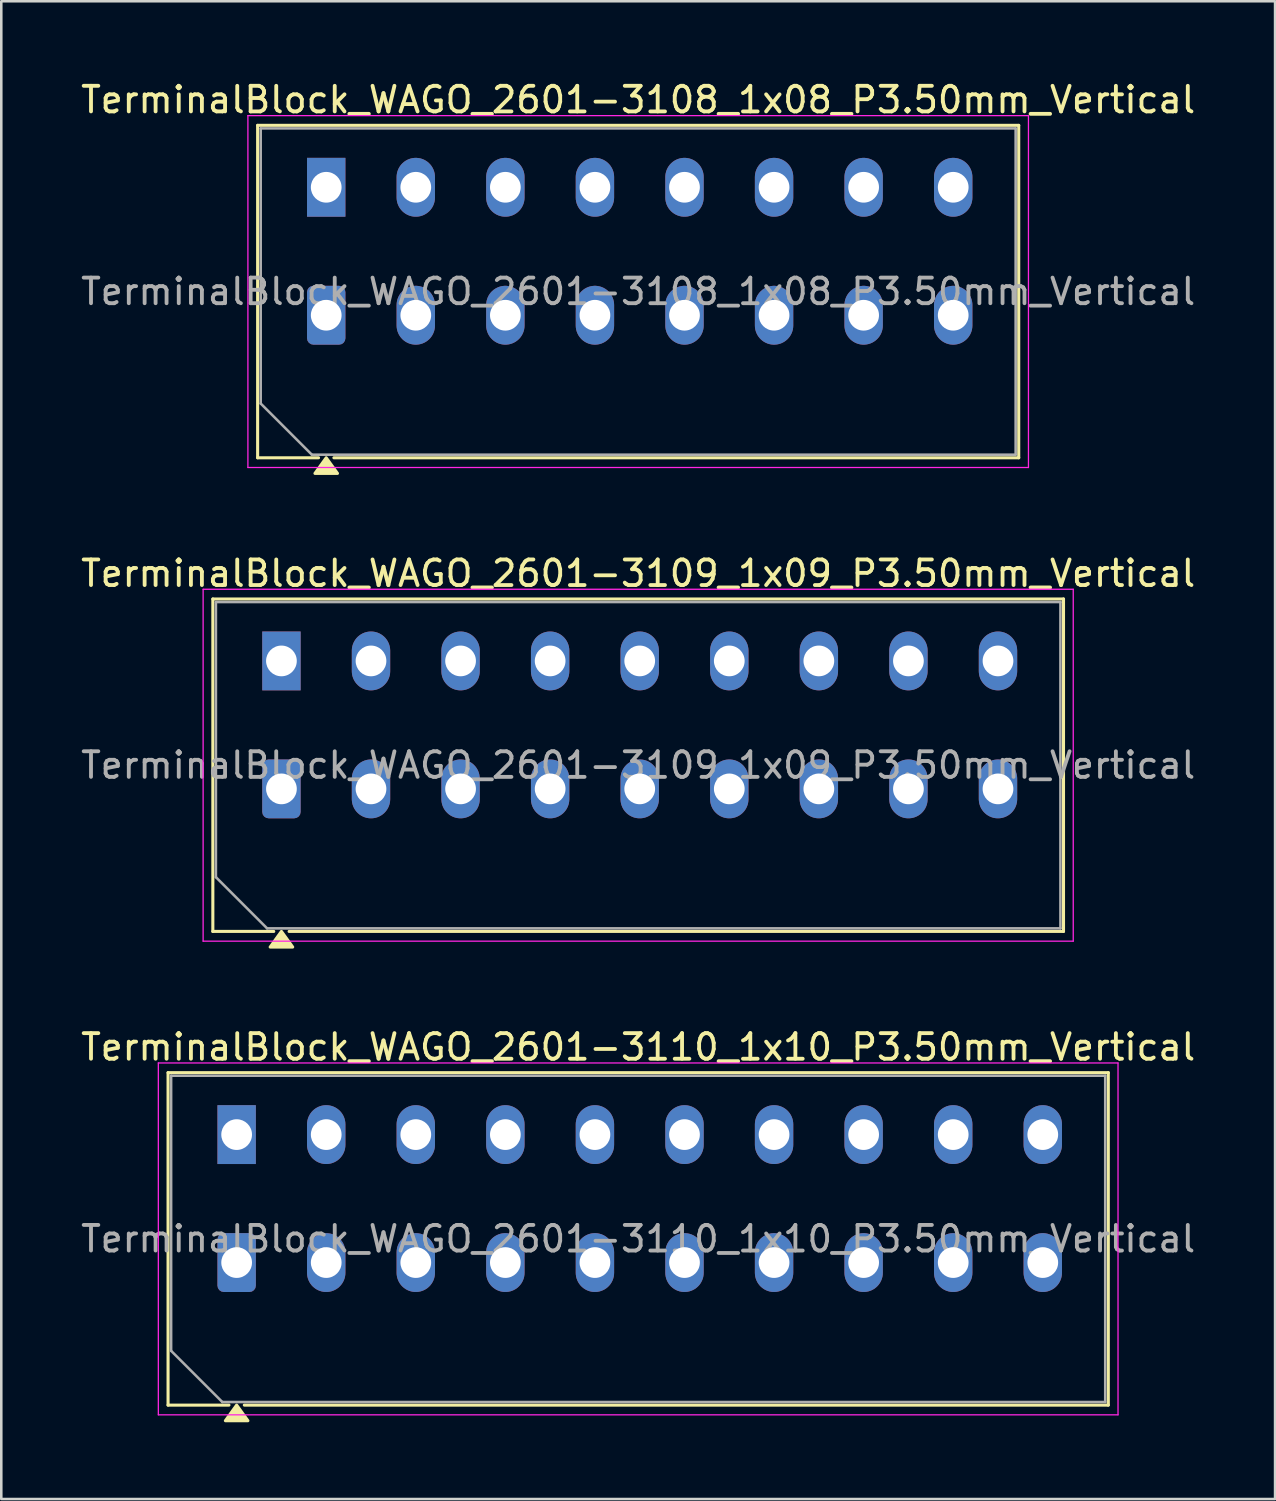
<source format=kicad_pcb>
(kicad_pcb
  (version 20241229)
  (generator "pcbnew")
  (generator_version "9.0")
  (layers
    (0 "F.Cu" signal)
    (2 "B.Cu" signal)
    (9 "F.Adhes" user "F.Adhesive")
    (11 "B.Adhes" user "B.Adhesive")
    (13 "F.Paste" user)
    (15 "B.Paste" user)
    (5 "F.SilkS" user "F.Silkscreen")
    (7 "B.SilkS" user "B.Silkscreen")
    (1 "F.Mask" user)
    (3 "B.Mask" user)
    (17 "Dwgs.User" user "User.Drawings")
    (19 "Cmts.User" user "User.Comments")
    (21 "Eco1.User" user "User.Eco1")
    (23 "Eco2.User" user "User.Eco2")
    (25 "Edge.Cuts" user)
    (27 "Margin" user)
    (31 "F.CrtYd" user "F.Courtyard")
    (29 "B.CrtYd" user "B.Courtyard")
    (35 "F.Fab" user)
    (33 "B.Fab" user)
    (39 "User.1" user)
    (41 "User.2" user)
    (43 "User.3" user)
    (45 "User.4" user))
  (footprint "TerminalBlock_WAGO_2601-3108_1x08_P3.50mm_Vertical"
    (layer "F.Cu")
    (at 9.697 9.268)
    (property "Reference" "TerminalBlock_WAGO_2601-3108_1x08_P3.50mm_Vertical" (at 12.19 -8.42 0) (layer "F.SilkS") (effects (font (size 1 1) (thickness 0.15))))
    (attr through_hole)
    (fp_line (start -2.68 -7.42) (end -2.68 5.57) (stroke (width 0.12) (type solid)) (layer "F.SilkS"))
    (fp_line (start -2.68 -7.42) (end 27.06 -7.42) (stroke (width 0.12) (type solid)) (layer "F.SilkS"))
    (fp_line (start -2.68 5.57) (end -0.3 5.57) (stroke (width 0.12) (type solid)) (layer "F.SilkS"))
    (fp_line (start 0.3 5.57) (end 27.06 5.57) (stroke (width 0.12) (type solid)) (layer "F.SilkS"))
    (fp_line (start 27.06 -7.42) (end 27.06 5.57) (stroke (width 0.12) (type solid)) (layer "F.SilkS"))
    (fp_poly (pts (xy 0 5.57) (xy 0.44 6.18) (xy -0.44 6.18)) (stroke (width 0.12) (type solid)) (fill yes) (layer "F.SilkS"))
    (fp_line (start -3.06 -7.8) (end -3.06 5.95) (stroke (width 0.05) (type solid)) (layer "F.CrtYd"))
    (fp_line (start -3.06 5.95) (end 27.44 5.95) (stroke (width 0.05) (type solid)) (layer "F.CrtYd"))
    (fp_line (start 27.44 -7.8) (end -3.06 -7.8) (stroke (width 0.05) (type solid)) (layer "F.CrtYd"))
    (fp_line (start 27.44 5.95) (end 27.44 -7.8) (stroke (width 0.05) (type solid)) (layer "F.CrtYd"))
    (fp_line (start -2.56 -7.3) (end 26.94 -7.3) (stroke (width 0.1) (type solid)) (layer "F.Fab"))
    (fp_line (start -2.56 3.45) (end -2.56 -7.3) (stroke (width 0.1) (type solid)) (layer "F.Fab"))
    (fp_line (start -0.56 5.45) (end -2.56 3.45) (stroke (width 0.1) (type solid)) (layer "F.Fab"))
    (fp_line (start 26.94 -7.3) (end 26.94 5.45) (stroke (width 0.1) (type solid)) (layer "F.Fab"))
    (fp_line (start 26.94 5.45) (end -0.56 5.45) (stroke (width 0.1) (type solid)) (layer "F.Fab"))
    (fp_text user "${REFERENCE}" (at 12.19 -0.925 0) (layer "F.Fab") (effects (font (size 1 1) (thickness 0.15))))
    (pad "1" thru_hole rect (at 0 -5) (size 1.5 2.3) (drill 1.2) (layers "*.Cu" "*.Mask"))
    (pad "1" thru_hole roundrect (at 0 0) (size 1.5 2.3) (drill 1.2) (layers "*.Cu" "*.Mask") (roundrect_rratio 0.167))
    (pad "2" thru_hole oval (at 3.5 -5) (size 1.5 2.3) (drill 1.2) (layers "*.Cu" "*.Mask"))
    (pad "2" thru_hole oval (at 3.5 0) (size 1.5 2.3) (drill 1.2) (layers "*.Cu" "*.Mask"))
    (pad "3" thru_hole oval (at 7 -5) (size 1.5 2.3) (drill 1.2) (layers "*.Cu" "*.Mask"))
    (pad "3" thru_hole oval (at 7 0) (size 1.5 2.3) (drill 1.2) (layers "*.Cu" "*.Mask"))
    (pad "4" thru_hole oval (at 10.5 -5) (size 1.5 2.3) (drill 1.2) (layers "*.Cu" "*.Mask"))
    (pad "4" thru_hole oval (at 10.5 0) (size 1.5 2.3) (drill 1.2) (layers "*.Cu" "*.Mask"))
    (pad "5" thru_hole oval (at 14 -5) (size 1.5 2.3) (drill 1.2) (layers "*.Cu" "*.Mask"))
    (pad "5" thru_hole oval (at 14 0) (size 1.5 2.3) (drill 1.2) (layers "*.Cu" "*.Mask"))
    (pad "6" thru_hole oval (at 17.5 -5) (size 1.5 2.3) (drill 1.2) (layers "*.Cu" "*.Mask"))
    (pad "6" thru_hole oval (at 17.5 0) (size 1.5 2.3) (drill 1.2) (layers "*.Cu" "*.Mask"))
    (pad "7" thru_hole oval (at 21 -5) (size 1.5 2.3) (drill 1.2) (layers "*.Cu" "*.Mask"))
    (pad "7" thru_hole oval (at 21 0) (size 1.5 2.3) (drill 1.2) (layers "*.Cu" "*.Mask"))
    (pad "8" thru_hole oval (at 24.5 -5) (size 1.5 2.3) (drill 1.2) (layers "*.Cu" "*.Mask"))
    (pad "8" thru_hole oval (at 24.5 0) (size 1.5 2.3) (drill 1.2) (layers "*.Cu" "*.Mask")))
  (footprint "TerminalBlock_WAGO_2601-3109_1x09_P3.50mm_Vertical"
    (layer "F.Cu")
    (at 7.947 27.776)
    (property "Reference" "TerminalBlock_WAGO_2601-3109_1x09_P3.50mm_Vertical" (at 13.94 -8.42 0) (layer "F.SilkS") (effects (font (size 1 1) (thickness 0.15))))
    (attr through_hole)
    (fp_line (start -2.68 -7.42) (end -2.68 5.57) (stroke (width 0.12) (type solid)) (layer "F.SilkS"))
    (fp_line (start -2.68 -7.42) (end 30.56 -7.42) (stroke (width 0.12) (type solid)) (layer "F.SilkS"))
    (fp_line (start -2.68 5.57) (end -0.3 5.57) (stroke (width 0.12) (type solid)) (layer "F.SilkS"))
    (fp_line (start 0.3 5.57) (end 30.56 5.57) (stroke (width 0.12) (type solid)) (layer "F.SilkS"))
    (fp_line (start 30.56 -7.42) (end 30.56 5.57) (stroke (width 0.12) (type solid)) (layer "F.SilkS"))
    (fp_poly (pts (xy 0 5.57) (xy 0.44 6.18) (xy -0.44 6.18)) (stroke (width 0.12) (type solid)) (fill yes) (layer "F.SilkS"))
    (fp_line (start -3.06 -7.8) (end -3.06 5.95) (stroke (width 0.05) (type solid)) (layer "F.CrtYd"))
    (fp_line (start -3.06 5.95) (end 30.94 5.95) (stroke (width 0.05) (type solid)) (layer "F.CrtYd"))
    (fp_line (start 30.94 -7.8) (end -3.06 -7.8) (stroke (width 0.05) (type solid)) (layer "F.CrtYd"))
    (fp_line (start 30.94 5.95) (end 30.94 -7.8) (stroke (width 0.05) (type solid)) (layer "F.CrtYd"))
    (fp_line (start -2.56 -7.3) (end 30.44 -7.3) (stroke (width 0.1) (type solid)) (layer "F.Fab"))
    (fp_line (start -2.56 3.45) (end -2.56 -7.3) (stroke (width 0.1) (type solid)) (layer "F.Fab"))
    (fp_line (start -0.56 5.45) (end -2.56 3.45) (stroke (width 0.1) (type solid)) (layer "F.Fab"))
    (fp_line (start 30.44 -7.3) (end 30.44 5.45) (stroke (width 0.1) (type solid)) (layer "F.Fab"))
    (fp_line (start 30.44 5.45) (end -0.56 5.45) (stroke (width 0.1) (type solid)) (layer "F.Fab"))
    (fp_text user "${REFERENCE}" (at 13.94 -0.925 0) (layer "F.Fab") (effects (font (size 1 1) (thickness 0.15))))
    (pad "1" thru_hole rect (at 0 -5) (size 1.5 2.3) (drill 1.2) (layers "*.Cu" "*.Mask"))
    (pad "1" thru_hole roundrect (at 0 0) (size 1.5 2.3) (drill 1.2) (layers "*.Cu" "*.Mask") (roundrect_rratio 0.167))
    (pad "2" thru_hole oval (at 3.5 -5) (size 1.5 2.3) (drill 1.2) (layers "*.Cu" "*.Mask"))
    (pad "2" thru_hole oval (at 3.5 0) (size 1.5 2.3) (drill 1.2) (layers "*.Cu" "*.Mask"))
    (pad "3" thru_hole oval (at 7 -5) (size 1.5 2.3) (drill 1.2) (layers "*.Cu" "*.Mask"))
    (pad "3" thru_hole oval (at 7 0) (size 1.5 2.3) (drill 1.2) (layers "*.Cu" "*.Mask"))
    (pad "4" thru_hole oval (at 10.5 -5) (size 1.5 2.3) (drill 1.2) (layers "*.Cu" "*.Mask"))
    (pad "4" thru_hole oval (at 10.5 0) (size 1.5 2.3) (drill 1.2) (layers "*.Cu" "*.Mask"))
    (pad "5" thru_hole oval (at 14 -5) (size 1.5 2.3) (drill 1.2) (layers "*.Cu" "*.Mask"))
    (pad "5" thru_hole oval (at 14 0) (size 1.5 2.3) (drill 1.2) (layers "*.Cu" "*.Mask"))
    (pad "6" thru_hole oval (at 17.5 -5) (size 1.5 2.3) (drill 1.2) (layers "*.Cu" "*.Mask"))
    (pad "6" thru_hole oval (at 17.5 0) (size 1.5 2.3) (drill 1.2) (layers "*.Cu" "*.Mask"))
    (pad "7" thru_hole oval (at 21 -5) (size 1.5 2.3) (drill 1.2) (layers "*.Cu" "*.Mask"))
    (pad "7" thru_hole oval (at 21 0) (size 1.5 2.3) (drill 1.2) (layers "*.Cu" "*.Mask"))
    (pad "8" thru_hole oval (at 24.5 -5) (size 1.5 2.3) (drill 1.2) (layers "*.Cu" "*.Mask"))
    (pad "8" thru_hole oval (at 24.5 0) (size 1.5 2.3) (drill 1.2) (layers "*.Cu" "*.Mask"))
    (pad "9" thru_hole oval (at 28 -5) (size 1.5 2.3) (drill 1.2) (layers "*.Cu" "*.Mask"))
    (pad "9" thru_hole oval (at 28 0) (size 1.5 2.3) (drill 1.2) (layers "*.Cu" "*.Mask")))
  (footprint "TerminalBlock_WAGO_2601-3110_1x10_P3.50mm_Vertical"
    (layer "F.Cu")
    (at 6.197 46.285)
    (property "Reference" "TerminalBlock_WAGO_2601-3110_1x10_P3.50mm_Vertical" (at 15.69 -8.42 0) (layer "F.SilkS") (effects (font (size 1 1) (thickness 0.15))))
    (attr through_hole)
    (fp_line (start -2.68 -7.42) (end -2.68 5.57) (stroke (width 0.12) (type solid)) (layer "F.SilkS"))
    (fp_line (start -2.68 -7.42) (end 34.06 -7.42) (stroke (width 0.12) (type solid)) (layer "F.SilkS"))
    (fp_line (start -2.68 5.57) (end -0.3 5.57) (stroke (width 0.12) (type solid)) (layer "F.SilkS"))
    (fp_line (start 0.3 5.57) (end 34.06 5.57) (stroke (width 0.12) (type solid)) (layer "F.SilkS"))
    (fp_line (start 34.06 -7.42) (end 34.06 5.57) (stroke (width 0.12) (type solid)) (layer "F.SilkS"))
    (fp_poly (pts (xy 0 5.57) (xy 0.44 6.18) (xy -0.44 6.18)) (stroke (width 0.12) (type solid)) (fill yes) (layer "F.SilkS"))
    (fp_line (start -3.06 -7.8) (end -3.06 5.95) (stroke (width 0.05) (type solid)) (layer "F.CrtYd"))
    (fp_line (start -3.06 5.95) (end 34.44 5.95) (stroke (width 0.05) (type solid)) (layer "F.CrtYd"))
    (fp_line (start 34.44 -7.8) (end -3.06 -7.8) (stroke (width 0.05) (type solid)) (layer "F.CrtYd"))
    (fp_line (start 34.44 5.95) (end 34.44 -7.8) (stroke (width 0.05) (type solid)) (layer "F.CrtYd"))
    (fp_line (start -2.56 -7.3) (end 33.94 -7.3) (stroke (width 0.1) (type solid)) (layer "F.Fab"))
    (fp_line (start -2.56 3.45) (end -2.56 -7.3) (stroke (width 0.1) (type solid)) (layer "F.Fab"))
    (fp_line (start -0.56 5.45) (end -2.56 3.45) (stroke (width 0.1) (type solid)) (layer "F.Fab"))
    (fp_line (start 33.94 -7.3) (end 33.94 5.45) (stroke (width 0.1) (type solid)) (layer "F.Fab"))
    (fp_line (start 33.94 5.45) (end -0.56 5.45) (stroke (width 0.1) (type solid)) (layer "F.Fab"))
    (fp_text user "${REFERENCE}" (at 15.69 -0.925 0) (layer "F.Fab") (effects (font (size 1 1) (thickness 0.15))))
    (pad "1" thru_hole rect (at 0 -5) (size 1.5 2.3) (drill 1.2) (layers "*.Cu" "*.Mask"))
    (pad "1" thru_hole roundrect (at 0 0) (size 1.5 2.3) (drill 1.2) (layers "*.Cu" "*.Mask") (roundrect_rratio 0.167))
    (pad "2" thru_hole oval (at 3.5 -5) (size 1.5 2.3) (drill 1.2) (layers "*.Cu" "*.Mask"))
    (pad "2" thru_hole oval (at 3.5 0) (size 1.5 2.3) (drill 1.2) (layers "*.Cu" "*.Mask"))
    (pad "3" thru_hole oval (at 7 -5) (size 1.5 2.3) (drill 1.2) (layers "*.Cu" "*.Mask"))
    (pad "3" thru_hole oval (at 7 0) (size 1.5 2.3) (drill 1.2) (layers "*.Cu" "*.Mask"))
    (pad "4" thru_hole oval (at 10.5 -5) (size 1.5 2.3) (drill 1.2) (layers "*.Cu" "*.Mask"))
    (pad "4" thru_hole oval (at 10.5 0) (size 1.5 2.3) (drill 1.2) (layers "*.Cu" "*.Mask"))
    (pad "5" thru_hole oval (at 14 -5) (size 1.5 2.3) (drill 1.2) (layers "*.Cu" "*.Mask"))
    (pad "5" thru_hole oval (at 14 0) (size 1.5 2.3) (drill 1.2) (layers "*.Cu" "*.Mask"))
    (pad "6" thru_hole oval (at 17.5 -5) (size 1.5 2.3) (drill 1.2) (layers "*.Cu" "*.Mask"))
    (pad "6" thru_hole oval (at 17.5 0) (size 1.5 2.3) (drill 1.2) (layers "*.Cu" "*.Mask"))
    (pad "7" thru_hole oval (at 21 -5) (size 1.5 2.3) (drill 1.2) (layers "*.Cu" "*.Mask"))
    (pad "7" thru_hole oval (at 21 0) (size 1.5 2.3) (drill 1.2) (layers "*.Cu" "*.Mask"))
    (pad "8" thru_hole oval (at 24.5 -5) (size 1.5 2.3) (drill 1.2) (layers "*.Cu" "*.Mask"))
    (pad "8" thru_hole oval (at 24.5 0) (size 1.5 2.3) (drill 1.2) (layers "*.Cu" "*.Mask"))
    (pad "9" thru_hole oval (at 28 -5) (size 1.5 2.3) (drill 1.2) (layers "*.Cu" "*.Mask"))
    (pad "9" thru_hole oval (at 28 0) (size 1.5 2.3) (drill 1.2) (layers "*.Cu" "*.Mask"))
    (pad "10" thru_hole oval (at 31.5 -5) (size 1.5 2.3) (drill 1.2) (layers "*.Cu" "*.Mask"))
    (pad "10" thru_hole oval (at 31.5 0) (size 1.5 2.3) (drill 1.2) (layers "*.Cu" "*.Mask")))
  (gr_rect
    (start -3 -3)
    (end 46.774 55.525)
    (stroke (width 0.1) (type default))
    (fill no)
    (layer "Edge.Cuts")))
</source>
